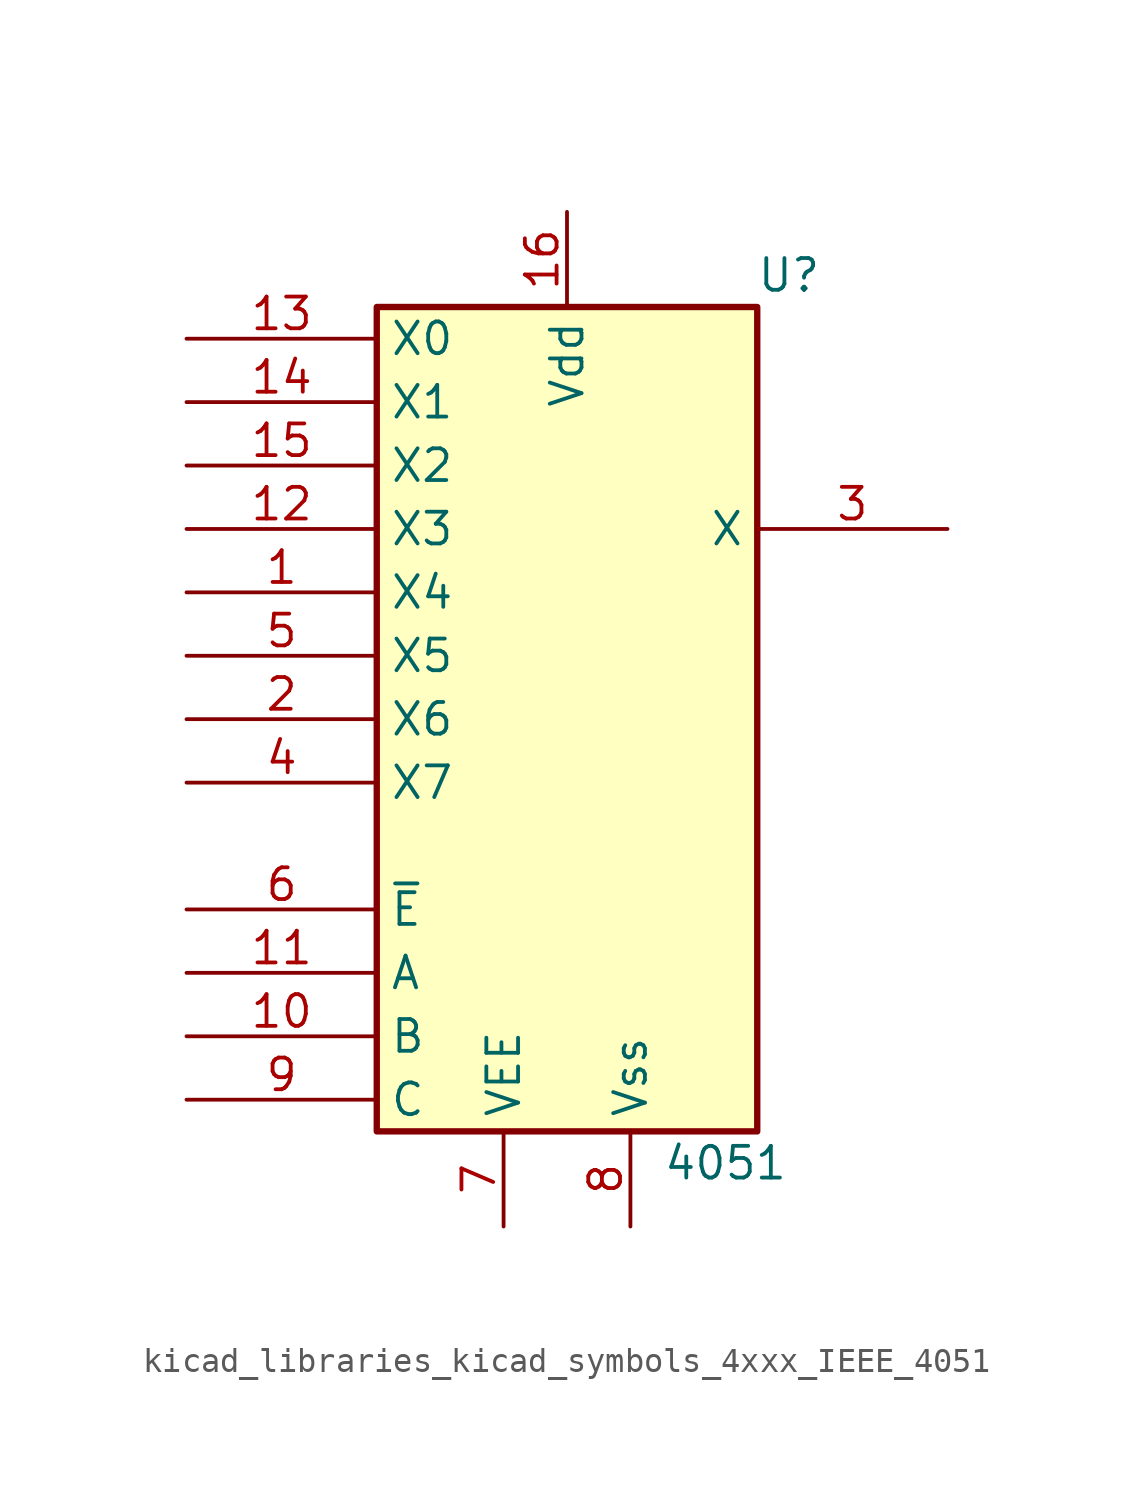
<source format=kicad_sym>
(kicad_symbol_lib
  (version 20220914)
  (generator kicad_symbol_editor)
  (symbol "kicad_libraries_kicad_symbols_4xxx_IEEE_4051"
    (property "Reference" "U"
      (at 8.89 17.78 0)
      (effects (font (size 1.27 1.27))))
    (property "Value" "4051"
      (at 6.35 -17.78 0)
      (effects (font (size 1.27 1.27))))
    (symbol "kicad_libraries_kicad_symbols_4xxx_IEEE_4051_0_0"
      (pin power_in line (at 0 20.32 270) (length 3.81) (name "Vdd" (effects (font (size 1.27 1.27)))) (number "16" (effects (font (size 1.27 1.27)))))
      (pin power_in line (at 2.54 -20.32 90) (length 3.81) (name "Vss" (effects (font (size 1.27 1.27)))) (number "8" (effects (font (size 1.27 1.27))))))
    (symbol "kicad_libraries_kicad_symbols_4xxx_IEEE_4051_0_1"
      (rectangle (start -7.62 16.51) (end 7.62 -16.51) (stroke (width 0.254) (type default)) (fill (type background))))
    (symbol "kicad_libraries_kicad_symbols_4xxx_IEEE_4051_1_1"
      (pin passive line (at -15.24 5.08 0) (length 7.62) (name "X4" (effects (font (size 1.27 1.27)))) (number "1" (effects (font (size 1.27 1.27)))))
      (pin input line (at -15.24 -12.7 0) (length 7.62) (name "B" (effects (font (size 1.27 1.27)))) (number "10" (effects (font (size 1.27 1.27)))))
      (pin input line (at -15.24 -10.16 0) (length 7.62) (name "A" (effects (font (size 1.27 1.27)))) (number "11" (effects (font (size 1.27 1.27)))))
      (pin passive line (at -15.24 7.62 0) (length 7.62) (name "X3" (effects (font (size 1.27 1.27)))) (number "12" (effects (font (size 1.27 1.27)))))
      (pin passive line (at -15.24 15.24 0) (length 7.62) (name "X0" (effects (font (size 1.27 1.27)))) (number "13" (effects (font (size 1.27 1.27)))))
      (pin passive line (at -15.24 12.7 0) (length 7.62) (name "X1" (effects (font (size 1.27 1.27)))) (number "14" (effects (font (size 1.27 1.27)))))
      (pin passive line (at -15.24 10.16 0) (length 7.62) (name "X2" (effects (font (size 1.27 1.27)))) (number "15" (effects (font (size 1.27 1.27)))))
      (pin passive line (at -15.24 0 0) (length 7.62) (name "X6" (effects (font (size 1.27 1.27)))) (number "2" (effects (font (size 1.27 1.27)))))
      (pin passive line (at 15.24 7.62 180) (length 7.62) (name "X" (effects (font (size 1.27 1.27)))) (number "3" (effects (font (size 1.27 1.27)))))
      (pin passive line (at -15.24 -2.54 0) (length 7.62) (name "X7" (effects (font (size 1.27 1.27)))) (number "4" (effects (font (size 1.27 1.27)))))
      (pin passive line (at -15.24 2.54 0) (length 7.62) (name "X5" (effects (font (size 1.27 1.27)))) (number "5" (effects (font (size 1.27 1.27)))))
      (pin input line (at -15.24 -7.62 0) (length 7.62) (name "~{E}" (effects (font (size 1.27 1.27)))) (number "6" (effects (font (size 1.27 1.27)))))
      (pin power_in line (at -2.54 -20.32 90) (length 3.81) (name "VEE" (effects (font (size 1.27 1.27)))) (number "7" (effects (font (size 1.27 1.27)))))
      (pin input line (at -15.24 -15.24 0) (length 7.62) (name "C" (effects (font (size 1.27 1.27)))) (number "9" (effects (font (size 1.27 1.27))))))))
</source>
